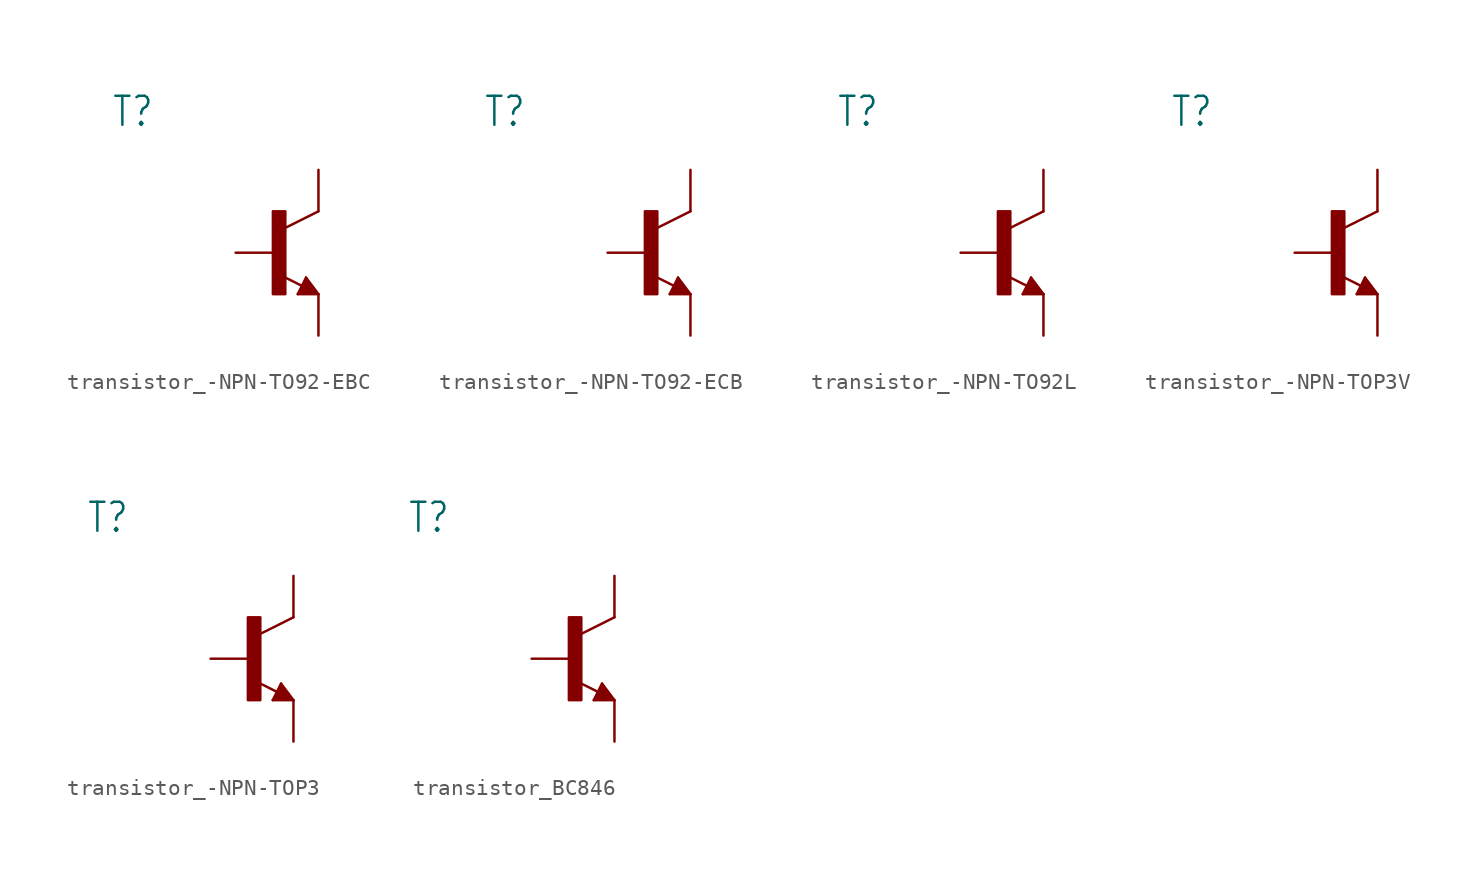
<source format=kicad_sym>
(kicad_symbol_lib
  (version 20241209)
  (generator "kicad_symbol_editor")
  (generator_version "9.0")
  (symbol "transistor_-NPN-TO92-EBC"
    (property "Reference" "T"
      (at -10.16 7.62 0)
      (effects (font (size 1.778 1.511)) (justify left bottom)))
    (property "Value" ""
      (at -10.16 5.08 0)
      (effects (font (size 1.778 1.511)) (justify left bottom)))
    (property "ki_locked" ""
      (at 0 0 0)
      (effects (font (size 1.27 1.27))))
    (symbol "transistor_-NPN-TO92-EBC_1_0"
      (rectangle (start -0.254 -2.54) (end 0.508 2.54) (stroke (width 0) (type default)) (fill (type outline)))
      (polyline (pts (xy 1.27 -2.54) (xy 1.778 -1.524)) (stroke (width 0.152) (type solid)) (fill (type none)))
      (polyline (pts (xy 1.524 -2.286) (xy 1.905 -2.286)) (stroke (width 0.254) (type solid)) (fill (type none)))
      (polyline (pts (xy 1.524 -2.413) (xy 2.286 -2.413)) (stroke (width 0.254) (type solid)) (fill (type none)))
      (polyline (pts (xy 1.54 -2.04) (xy 0.308 -1.424)) (stroke (width 0.152) (type solid)) (fill (type none)))
      (polyline (pts (xy 1.778 -1.524) (xy 2.54 -2.54)) (stroke (width 0.152) (type solid)) (fill (type none)))
      (polyline (pts (xy 1.778 -1.778) (xy 1.524 -2.286)) (stroke (width 0.254) (type solid)) (fill (type none)))
      (polyline (pts (xy 1.905 -2.286) (xy 1.778 -2.032)) (stroke (width 0.254) (type solid)) (fill (type none)))
      (polyline (pts (xy 2.286 -2.413) (xy 1.778 -1.778)) (stroke (width 0.254) (type solid)) (fill (type none)))
      (polyline (pts (xy 2.54 2.54) (xy 0.508 1.524)) (stroke (width 0.152) (type solid)) (fill (type none)))
      (polyline (pts (xy 2.54 -2.54) (xy 1.27 -2.54)) (stroke (width 0.152) (type solid)) (fill (type none)))
      (pin passive line (at -2.54 0 0) (length 2.54) (name "B" (effects (font (size 0 0)))) (number "B" (effects (font (size 0 0)))))
      (pin passive line (at 2.54 5.08 270) (length 2.54) (name "C" (effects (font (size 0 0)))) (number "C" (effects (font (size 0 0)))))
      (pin passive line (at 2.54 -5.08 90) (length 2.54) (name "E" (effects (font (size 0 0)))) (number "E" (effects (font (size 0 0)))))))
  (symbol "transistor_-NPN-TO92-ECB"
    (property "Reference" "T"
      (at -10.16 7.62 0)
      (effects (font (size 1.778 1.511)) (justify left bottom)))
    (property "Value" ""
      (at -10.16 5.08 0)
      (effects (font (size 1.778 1.511)) (justify left bottom)))
    (property "ki_locked" ""
      (at 0 0 0)
      (effects (font (size 1.27 1.27))))
    (symbol "transistor_-NPN-TO92-ECB_1_0"
      (rectangle (start -0.254 -2.54) (end 0.508 2.54) (stroke (width 0) (type default)) (fill (type outline)))
      (polyline (pts (xy 1.27 -2.54) (xy 1.778 -1.524)) (stroke (width 0.152) (type solid)) (fill (type none)))
      (polyline (pts (xy 1.524 -2.286) (xy 1.905 -2.286)) (stroke (width 0.254) (type solid)) (fill (type none)))
      (polyline (pts (xy 1.524 -2.413) (xy 2.286 -2.413)) (stroke (width 0.254) (type solid)) (fill (type none)))
      (polyline (pts (xy 1.54 -2.04) (xy 0.308 -1.424)) (stroke (width 0.152) (type solid)) (fill (type none)))
      (polyline (pts (xy 1.778 -1.524) (xy 2.54 -2.54)) (stroke (width 0.152) (type solid)) (fill (type none)))
      (polyline (pts (xy 1.778 -1.778) (xy 1.524 -2.286)) (stroke (width 0.254) (type solid)) (fill (type none)))
      (polyline (pts (xy 1.905 -2.286) (xy 1.778 -2.032)) (stroke (width 0.254) (type solid)) (fill (type none)))
      (polyline (pts (xy 2.286 -2.413) (xy 1.778 -1.778)) (stroke (width 0.254) (type solid)) (fill (type none)))
      (polyline (pts (xy 2.54 2.54) (xy 0.508 1.524)) (stroke (width 0.152) (type solid)) (fill (type none)))
      (polyline (pts (xy 2.54 -2.54) (xy 1.27 -2.54)) (stroke (width 0.152) (type solid)) (fill (type none)))
      (pin passive line (at -2.54 0 0) (length 2.54) (name "B" (effects (font (size 0 0)))) (number "B" (effects (font (size 0 0)))))
      (pin passive line (at 2.54 5.08 270) (length 2.54) (name "C" (effects (font (size 0 0)))) (number "C" (effects (font (size 0 0)))))
      (pin passive line (at 2.54 -5.08 90) (length 2.54) (name "E" (effects (font (size 0 0)))) (number "E" (effects (font (size 0 0)))))))
  (symbol "transistor_-NPN-TO92L"
    (property "Reference" "T"
      (at -10.16 7.62 0)
      (effects (font (size 1.778 1.511)) (justify left bottom)))
    (property "Value" ""
      (at -10.16 5.08 0)
      (effects (font (size 1.778 1.511)) (justify left bottom)))
    (property "ki_locked" ""
      (at 0 0 0)
      (effects (font (size 1.27 1.27))))
    (symbol "transistor_-NPN-TO92L_1_0"
      (rectangle (start -0.254 -2.54) (end 0.508 2.54) (stroke (width 0) (type default)) (fill (type outline)))
      (polyline (pts (xy 1.27 -2.54) (xy 1.778 -1.524)) (stroke (width 0.152) (type solid)) (fill (type none)))
      (polyline (pts (xy 1.524 -2.286) (xy 1.905 -2.286)) (stroke (width 0.254) (type solid)) (fill (type none)))
      (polyline (pts (xy 1.524 -2.413) (xy 2.286 -2.413)) (stroke (width 0.254) (type solid)) (fill (type none)))
      (polyline (pts (xy 1.54 -2.04) (xy 0.308 -1.424)) (stroke (width 0.152) (type solid)) (fill (type none)))
      (polyline (pts (xy 1.778 -1.524) (xy 2.54 -2.54)) (stroke (width 0.152) (type solid)) (fill (type none)))
      (polyline (pts (xy 1.778 -1.778) (xy 1.524 -2.286)) (stroke (width 0.254) (type solid)) (fill (type none)))
      (polyline (pts (xy 1.905 -2.286) (xy 1.778 -2.032)) (stroke (width 0.254) (type solid)) (fill (type none)))
      (polyline (pts (xy 2.286 -2.413) (xy 1.778 -1.778)) (stroke (width 0.254) (type solid)) (fill (type none)))
      (polyline (pts (xy 2.54 2.54) (xy 0.508 1.524)) (stroke (width 0.152) (type solid)) (fill (type none)))
      (polyline (pts (xy 2.54 -2.54) (xy 1.27 -2.54)) (stroke (width 0.152) (type solid)) (fill (type none)))
      (pin passive line (at -2.54 0 0) (length 2.54) (name "B" (effects (font (size 0 0)))) (number "2" (effects (font (size 0 0)))))
      (pin passive line (at 2.54 5.08 270) (length 2.54) (name "C" (effects (font (size 0 0)))) (number "3" (effects (font (size 0 0)))))
      (pin passive line (at 2.54 -5.08 90) (length 2.54) (name "E" (effects (font (size 0 0)))) (number "1" (effects (font (size 0 0)))))))
  (symbol "transistor_-NPN-TOP3V"
    (property "Reference" "T"
      (at -10.16 7.62 0)
      (effects (font (size 1.778 1.511)) (justify left bottom)))
    (property "Value" ""
      (at -10.16 5.08 0)
      (effects (font (size 1.778 1.511)) (justify left bottom)))
    (property "ki_locked" ""
      (at 0 0 0)
      (effects (font (size 1.27 1.27))))
    (symbol "transistor_-NPN-TOP3V_1_0"
      (rectangle (start -0.254 -2.54) (end 0.508 2.54) (stroke (width 0) (type default)) (fill (type outline)))
      (polyline (pts (xy 1.27 -2.54) (xy 1.778 -1.524)) (stroke (width 0.152) (type solid)) (fill (type none)))
      (polyline (pts (xy 1.524 -2.286) (xy 1.905 -2.286)) (stroke (width 0.254) (type solid)) (fill (type none)))
      (polyline (pts (xy 1.524 -2.413) (xy 2.286 -2.413)) (stroke (width 0.254) (type solid)) (fill (type none)))
      (polyline (pts (xy 1.54 -2.04) (xy 0.308 -1.424)) (stroke (width 0.152) (type solid)) (fill (type none)))
      (polyline (pts (xy 1.778 -1.524) (xy 2.54 -2.54)) (stroke (width 0.152) (type solid)) (fill (type none)))
      (polyline (pts (xy 1.778 -1.778) (xy 1.524 -2.286)) (stroke (width 0.254) (type solid)) (fill (type none)))
      (polyline (pts (xy 1.905 -2.286) (xy 1.778 -2.032)) (stroke (width 0.254) (type solid)) (fill (type none)))
      (polyline (pts (xy 2.286 -2.413) (xy 1.778 -1.778)) (stroke (width 0.254) (type solid)) (fill (type none)))
      (polyline (pts (xy 2.54 2.54) (xy 0.508 1.524)) (stroke (width 0.152) (type solid)) (fill (type none)))
      (polyline (pts (xy 2.54 -2.54) (xy 1.27 -2.54)) (stroke (width 0.152) (type solid)) (fill (type none)))
      (pin passive line (at -2.54 0 0) (length 2.54) (name "B" (effects (font (size 0 0)))) (number "B" (effects (font (size 0 0)))))
      (pin passive line (at 2.54 5.08 270) (length 2.54) (name "C" (effects (font (size 0 0)))) (number "C" (effects (font (size 0 0)))))
      (pin passive line (at 2.54 -5.08 90) (length 2.54) (name "E" (effects (font (size 0 0)))) (number "E" (effects (font (size 0 0)))))))
  (symbol "transistor_-NPN-TOP3"
    (property "Reference" "T"
      (at -10.16 7.62 0)
      (effects (font (size 1.778 1.511)) (justify left bottom)))
    (property "Value" ""
      (at -10.16 5.08 0)
      (effects (font (size 1.778 1.511)) (justify left bottom)))
    (property "ki_locked" ""
      (at 0 0 0)
      (effects (font (size 1.27 1.27))))
    (symbol "transistor_-NPN-TOP3_1_0"
      (rectangle (start -0.254 -2.54) (end 0.508 2.54) (stroke (width 0) (type default)) (fill (type outline)))
      (polyline (pts (xy 1.27 -2.54) (xy 1.778 -1.524)) (stroke (width 0.152) (type solid)) (fill (type none)))
      (polyline (pts (xy 1.524 -2.286) (xy 1.905 -2.286)) (stroke (width 0.254) (type solid)) (fill (type none)))
      (polyline (pts (xy 1.524 -2.413) (xy 2.286 -2.413)) (stroke (width 0.254) (type solid)) (fill (type none)))
      (polyline (pts (xy 1.54 -2.04) (xy 0.308 -1.424)) (stroke (width 0.152) (type solid)) (fill (type none)))
      (polyline (pts (xy 1.778 -1.524) (xy 2.54 -2.54)) (stroke (width 0.152) (type solid)) (fill (type none)))
      (polyline (pts (xy 1.778 -1.778) (xy 1.524 -2.286)) (stroke (width 0.254) (type solid)) (fill (type none)))
      (polyline (pts (xy 1.905 -2.286) (xy 1.778 -2.032)) (stroke (width 0.254) (type solid)) (fill (type none)))
      (polyline (pts (xy 2.286 -2.413) (xy 1.778 -1.778)) (stroke (width 0.254) (type solid)) (fill (type none)))
      (polyline (pts (xy 2.54 2.54) (xy 0.508 1.524)) (stroke (width 0.152) (type solid)) (fill (type none)))
      (polyline (pts (xy 2.54 -2.54) (xy 1.27 -2.54)) (stroke (width 0.152) (type solid)) (fill (type none)))
      (pin passive line (at -2.54 0 0) (length 2.54) (name "B" (effects (font (size 0 0)))) (number "1" (effects (font (size 0 0)))))
      (pin passive line (at 2.54 5.08 270) (length 2.54) (name "C" (effects (font (size 0 0)))) (number "2" (effects (font (size 0 0)))))
      (pin passive line (at 2.54 -5.08 90) (length 2.54) (name "E" (effects (font (size 0 0)))) (number "3" (effects (font (size 0 0)))))))
  (symbol "transistor_BC846"
    (property "Reference" "T"
      (at -10.16 7.62 0)
      (effects (font (size 1.778 1.511)) (justify left bottom)))
    (property "Value" ""
      (at -10.16 5.08 0)
      (effects (font (size 1.778 1.511)) (justify left bottom)))
    (property "ki_locked" ""
      (at 0 0 0)
      (effects (font (size 1.27 1.27))))
    (symbol "transistor_BC846_1_0"
      (rectangle (start -0.254 -2.54) (end 0.508 2.54) (stroke (width 0) (type default)) (fill (type outline)))
      (polyline (pts (xy 1.27 -2.54) (xy 1.778 -1.524)) (stroke (width 0.152) (type solid)) (fill (type none)))
      (polyline (pts (xy 1.524 -2.286) (xy 1.905 -2.286)) (stroke (width 0.254) (type solid)) (fill (type none)))
      (polyline (pts (xy 1.524 -2.413) (xy 2.286 -2.413)) (stroke (width 0.254) (type solid)) (fill (type none)))
      (polyline (pts (xy 1.54 -2.04) (xy 0.308 -1.424)) (stroke (width 0.152) (type solid)) (fill (type none)))
      (polyline (pts (xy 1.778 -1.524) (xy 2.54 -2.54)) (stroke (width 0.152) (type solid)) (fill (type none)))
      (polyline (pts (xy 1.778 -1.778) (xy 1.524 -2.286)) (stroke (width 0.254) (type solid)) (fill (type none)))
      (polyline (pts (xy 1.905 -2.286) (xy 1.778 -2.032)) (stroke (width 0.254) (type solid)) (fill (type none)))
      (polyline (pts (xy 2.286 -2.413) (xy 1.778 -1.778)) (stroke (width 0.254) (type solid)) (fill (type none)))
      (polyline (pts (xy 2.54 2.54) (xy 0.508 1.524)) (stroke (width 0.152) (type solid)) (fill (type none)))
      (polyline (pts (xy 2.54 -2.54) (xy 1.27 -2.54)) (stroke (width 0.152) (type solid)) (fill (type none)))
      (pin passive line (at -2.54 0 0) (length 2.54) (name "B" (effects (font (size 0 0)))) (number "1" (effects (font (size 0 0)))))
      (pin passive line (at 2.54 5.08 270) (length 2.54) (name "C" (effects (font (size 0 0)))) (number "3" (effects (font (size 0 0)))))
      (pin passive line (at 2.54 -5.08 90) (length 2.54) (name "E" (effects (font (size 0 0)))) (number "2" (effects (font (size 0 0))))))))
</source>
